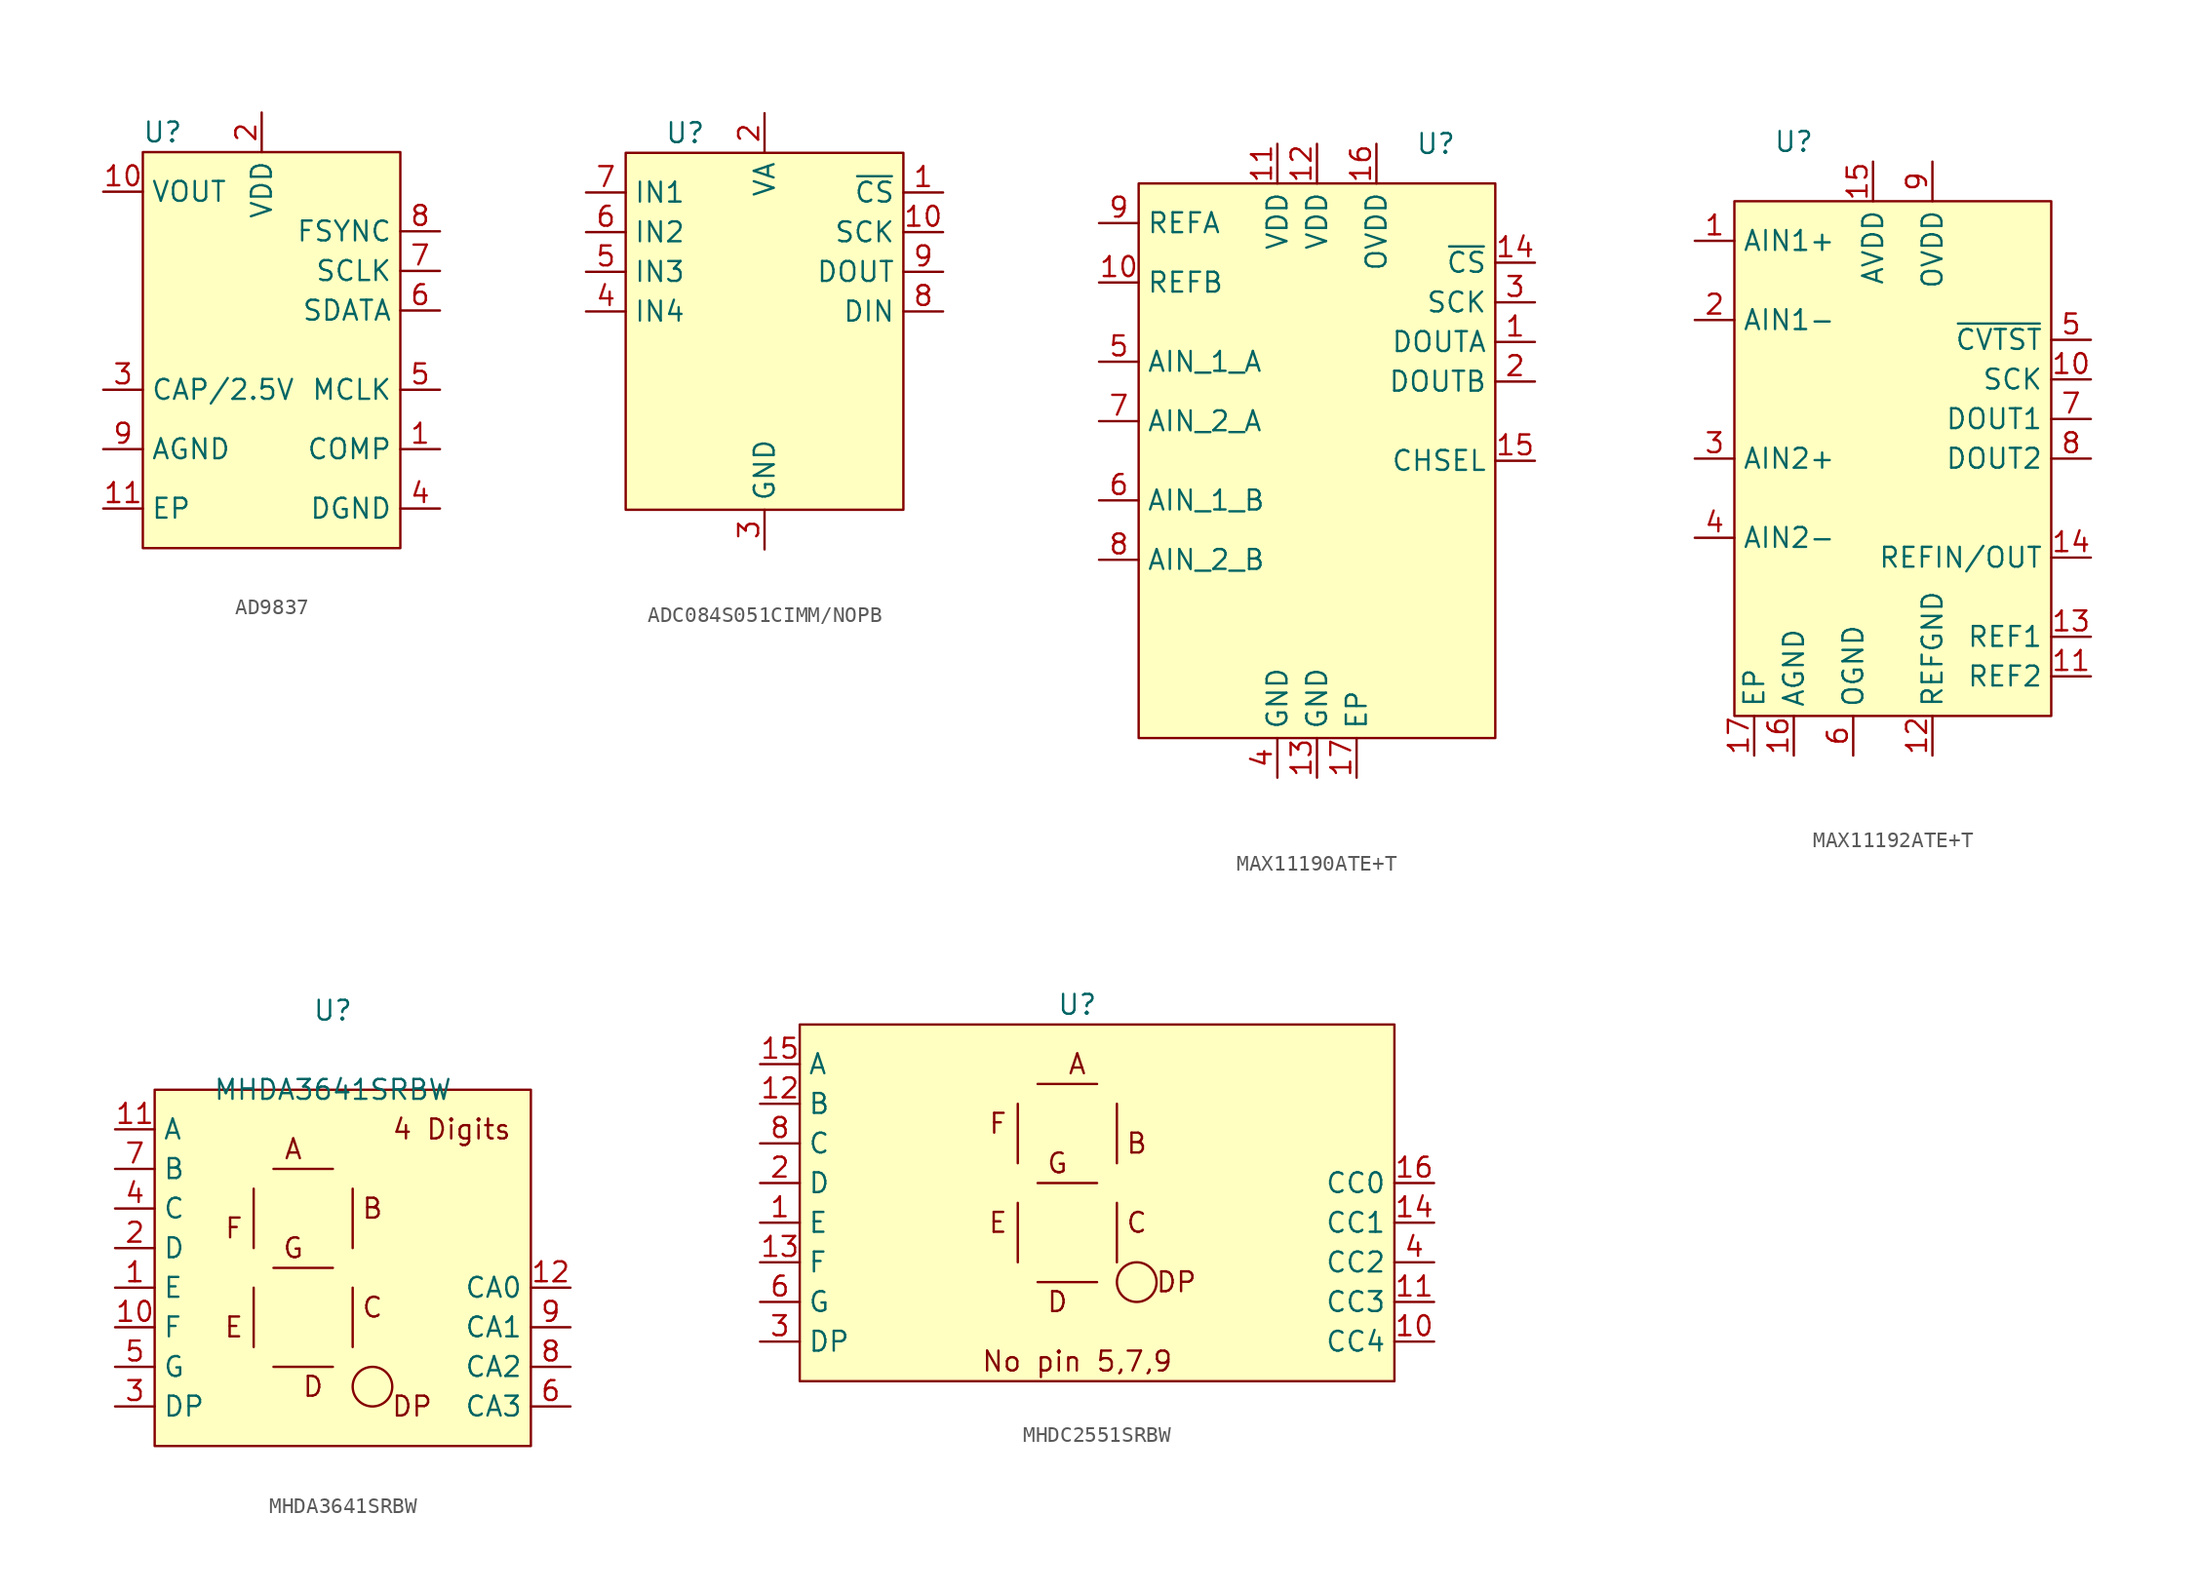
<source format=kicad_sym>
(kicad_symbol_lib
  (version 20220914)
  (generator kicad_symbol_editor)
  (symbol "AD9837"
    (property "Reference" "U"
      (at -11.43 2.54 0)
      (effects (font (size 1.27 1.27))))
    (property "Value" ""
      (at 0 0 0)
      (effects (font (size 1.27 1.27))))
    (symbol "AD9837_1_1"
      (rectangle (start -12.7 1.27) (end 3.81 -24.13) (stroke (width 0) (type default)) (fill (type background)))
      (pin input line (at 6.35 -17.78 180) (length 2.54) (name "COMP" (effects (font (size 1.27 1.27)))) (number "1" (effects (font (size 1.27 1.27)))))
      (pin input line (at -15.24 -1.27 0) (length 2.54) (name "VOUT" (effects (font (size 1.27 1.27)))) (number "10" (effects (font (size 1.27 1.27)))))
      (pin input line (at -15.24 -21.59 0) (length 2.54) (name "EP" (effects (font (size 1.27 1.27)))) (number "11" (effects (font (size 1.27 1.27)))))
      (pin input line (at -5.08 3.81 270) (length 2.54) (name "VDD" (effects (font (size 1.27 1.27)))) (number "2" (effects (font (size 1.27 1.27)))))
      (pin input line (at -15.24 -13.97 0) (length 2.54) (name "CAP/2.5V" (effects (font (size 1.27 1.27)))) (number "3" (effects (font (size 1.27 1.27)))))
      (pin input line (at 6.35 -21.59 180) (length 2.54) (name "DGND" (effects (font (size 1.27 1.27)))) (number "4" (effects (font (size 1.27 1.27)))))
      (pin input line (at 6.35 -13.97 180) (length 2.54) (name "MCLK" (effects (font (size 1.27 1.27)))) (number "5" (effects (font (size 1.27 1.27)))))
      (pin input line (at 6.35 -8.89 180) (length 2.54) (name "SDATA" (effects (font (size 1.27 1.27)))) (number "6" (effects (font (size 1.27 1.27)))))
      (pin input line (at 6.35 -6.35 180) (length 2.54) (name "SCLK" (effects (font (size 1.27 1.27)))) (number "7" (effects (font (size 1.27 1.27)))))
      (pin input line (at 6.35 -3.81 180) (length 2.54) (name "FSYNC" (effects (font (size 1.27 1.27)))) (number "8" (effects (font (size 1.27 1.27)))))
      (pin input line (at -15.24 -17.78 0) (length 2.54) (name "AGND" (effects (font (size 1.27 1.27)))) (number "9" (effects (font (size 1.27 1.27)))))))
  (symbol "ADC084S051CIMM/NOPB"
    (property "Reference" "U"
      (at 0 2.54 0)
      (effects (font (size 1.27 1.27))))
    (property "Value" ""
      (at 0 0 0)
      (effects (font (size 1.27 1.27))))
    (symbol "ADC084S051CIMM/NOPB_1_1"
      (rectangle (start -3.81 1.27) (end 13.97 -21.59) (stroke (width 0) (type default)) (fill (type background)))
      (pin input line (at 16.51 -1.27 180) (length 2.54) (name "~{CS}" (effects (font (size 1.27 1.27)))) (number "1" (effects (font (size 1.27 1.27)))))
      (pin input line (at 16.51 -3.81 180) (length 2.54) (name "SCK" (effects (font (size 1.27 1.27)))) (number "10" (effects (font (size 1.27 1.27)))))
      (pin input line (at 5.08 3.81 270) (length 2.54) (name "VA" (effects (font (size 1.27 1.27)))) (number "2" (effects (font (size 1.27 1.27)))))
      (pin input line (at 5.08 -24.13 90) (length 2.54) (name "GND" (effects (font (size 1.27 1.27)))) (number "3" (effects (font (size 1.27 1.27)))))
      (pin input line (at -6.35 -8.89 0) (length 2.54) (name "IN4" (effects (font (size 1.27 1.27)))) (number "4" (effects (font (size 1.27 1.27)))))
      (pin input line (at -6.35 -6.35 0) (length 2.54) (name "IN3" (effects (font (size 1.27 1.27)))) (number "5" (effects (font (size 1.27 1.27)))))
      (pin input line (at -6.35 -3.81 0) (length 2.54) (name "IN2" (effects (font (size 1.27 1.27)))) (number "6" (effects (font (size 1.27 1.27)))))
      (pin input line (at -6.35 -1.27 0) (length 2.54) (name "IN1" (effects (font (size 1.27 1.27)))) (number "7" (effects (font (size 1.27 1.27)))))
      (pin input line (at 16.51 -8.89 180) (length 2.54) (name "DIN" (effects (font (size 1.27 1.27)))) (number "8" (effects (font (size 1.27 1.27)))))
      (pin input line (at 16.51 -6.35 180) (length 2.54) (name "DOUT" (effects (font (size 1.27 1.27)))) (number "9" (effects (font (size 1.27 1.27)))))))
  (symbol "MAX11190ATE+T"
    (property "Reference" "U"
      (at 0 2.54 0)
      (effects (font (size 1.27 1.27))))
    (property "Value" ""
      (at 0 0 0)
      (effects (font (size 1.27 1.27))))
    (symbol "MAX11190ATE+T_1_1"
      (rectangle (start -19.05 0) (end 3.81 -35.56) (stroke (width 0) (type default)) (fill (type background)))
      (pin input line (at 6.35 -10.16 180) (length 2.54) (name "DOUTA" (effects (font (size 1.27 1.27)))) (number "1" (effects (font (size 1.27 1.27)))))
      (pin input line (at -21.59 -6.35 0) (length 2.54) (name "REFB" (effects (font (size 1.27 1.27)))) (number "10" (effects (font (size 1.27 1.27)))))
      (pin input line (at -10.16 2.54 270) (length 2.54) (name "VDD" (effects (font (size 1.27 1.27)))) (number "11" (effects (font (size 1.27 1.27)))))
      (pin input line (at -7.62 2.54 270) (length 2.54) (name "VDD" (effects (font (size 1.27 1.27)))) (number "12" (effects (font (size 1.27 1.27)))))
      (pin input line (at -7.62 -38.1 90) (length 2.54) (name "GND" (effects (font (size 1.27 1.27)))) (number "13" (effects (font (size 1.27 1.27)))))
      (pin input line (at 6.35 -5.08 180) (length 2.54) (name "~{CS}" (effects (font (size 1.27 1.27)))) (number "14" (effects (font (size 1.27 1.27)))))
      (pin input line (at 6.35 -17.78 180) (length 2.54) (name "CHSEL" (effects (font (size 1.27 1.27)))) (number "15" (effects (font (size 1.27 1.27)))))
      (pin input line (at -3.81 2.54 270) (length 2.54) (name "OVDD" (effects (font (size 1.27 1.27)))) (number "16" (effects (font (size 1.27 1.27)))))
      (pin input line (at -5.08 -38.1 90) (length 2.54) (name "EP" (effects (font (size 1.27 1.27)))) (number "17" (effects (font (size 1.27 1.27)))))
      (pin input line (at 6.35 -12.7 180) (length 2.54) (name "DOUTB" (effects (font (size 1.27 1.27)))) (number "2" (effects (font (size 1.27 1.27)))))
      (pin input line (at 6.35 -7.62 180) (length 2.54) (name "SCK" (effects (font (size 1.27 1.27)))) (number "3" (effects (font (size 1.27 1.27)))))
      (pin input line (at -10.16 -38.1 90) (length 2.54) (name "GND" (effects (font (size 1.27 1.27)))) (number "4" (effects (font (size 1.27 1.27)))))
      (pin input line (at -21.59 -11.43 0) (length 2.54) (name "AIN_1_A" (effects (font (size 1.27 1.27)))) (number "5" (effects (font (size 1.27 1.27)))))
      (pin input line (at -21.59 -20.32 0) (length 2.54) (name "AIN_1_B" (effects (font (size 1.27 1.27)))) (number "6" (effects (font (size 1.27 1.27)))))
      (pin input line (at -21.59 -15.24 0) (length 2.54) (name "AIN_2_A" (effects (font (size 1.27 1.27)))) (number "7" (effects (font (size 1.27 1.27)))))
      (pin input line (at -21.59 -24.13 0) (length 2.54) (name "AIN_2_B" (effects (font (size 1.27 1.27)))) (number "8" (effects (font (size 1.27 1.27)))))
      (pin input line (at -21.59 -2.54 0) (length 2.54) (name "REFA" (effects (font (size 1.27 1.27)))) (number "9" (effects (font (size 1.27 1.27)))))))
  (symbol "MAX11192ATE+T"
    (property "Reference" "U"
      (at 0 3.81 0)
      (effects (font (size 1.27 1.27))))
    (property "Value" ""
      (at 0 0 0)
      (effects (font (size 1.27 1.27))))
    (symbol "MAX11192ATE+T_1_1"
      (rectangle (start -3.81 0) (end 16.51 -33.02) (stroke (width 0) (type default)) (fill (type background)))
      (pin input line (at -6.35 -2.54 0) (length 2.54) (name "AIN1+" (effects (font (size 1.27 1.27)))) (number "1" (effects (font (size 1.27 1.27)))))
      (pin input line (at 19.05 -11.43 180) (length 2.54) (name "SCK" (effects (font (size 1.27 1.27)))) (number "10" (effects (font (size 1.27 1.27)))))
      (pin input line (at 19.05 -30.48 180) (length 2.54) (name "REF2" (effects (font (size 1.27 1.27)))) (number "11" (effects (font (size 1.27 1.27)))))
      (pin input line (at 8.89 -35.56 90) (length 2.54) (name "REFGND" (effects (font (size 1.27 1.27)))) (number "12" (effects (font (size 1.27 1.27)))))
      (pin input line (at 19.05 -27.94 180) (length 2.54) (name "REF1" (effects (font (size 1.27 1.27)))) (number "13" (effects (font (size 1.27 1.27)))))
      (pin input line (at 19.05 -22.86 180) (length 2.54) (name "REFIN/OUT" (effects (font (size 1.27 1.27)))) (number "14" (effects (font (size 1.27 1.27)))))
      (pin input line (at 5.08 2.54 270) (length 2.54) (name "AVDD" (effects (font (size 1.27 1.27)))) (number "15" (effects (font (size 1.27 1.27)))))
      (pin input line (at 0 -35.56 90) (length 2.54) (name "AGND" (effects (font (size 1.27 1.27)))) (number "16" (effects (font (size 1.27 1.27)))))
      (pin input line (at -2.54 -35.56 90) (length 2.54) (name "EP" (effects (font (size 1.27 1.27)))) (number "17" (effects (font (size 1.27 1.27)))))
      (pin input line (at -6.35 -7.62 0) (length 2.54) (name "AIN1-" (effects (font (size 1.27 1.27)))) (number "2" (effects (font (size 1.27 1.27)))))
      (pin input line (at -6.35 -16.51 0) (length 2.54) (name "AIN2+" (effects (font (size 1.27 1.27)))) (number "3" (effects (font (size 1.27 1.27)))))
      (pin input line (at -6.35 -21.59 0) (length 2.54) (name "AIN2-" (effects (font (size 1.27 1.27)))) (number "4" (effects (font (size 1.27 1.27)))))
      (pin input line (at 19.05 -8.89 180) (length 2.54) (name "~{CVTST}" (effects (font (size 1.27 1.27)))) (number "5" (effects (font (size 1.27 1.27)))))
      (pin input line (at 3.81 -35.56 90) (length 2.54) (name "OGND" (effects (font (size 1.27 1.27)))) (number "6" (effects (font (size 1.27 1.27)))))
      (pin input line (at 19.05 -13.97 180) (length 2.54) (name "DOUT1" (effects (font (size 1.27 1.27)))) (number "7" (effects (font (size 1.27 1.27)))))
      (pin input line (at 19.05 -16.51 180) (length 2.54) (name "DOUT2" (effects (font (size 1.27 1.27)))) (number "8" (effects (font (size 1.27 1.27)))))
      (pin input line (at 8.89 2.54 270) (length 2.54) (name "OVDD" (effects (font (size 1.27 1.27)))) (number "9" (effects (font (size 1.27 1.27)))))))
  (symbol "MHDA3641SRBW"
    (property "Reference" "U"
      (at 0 5.08 0)
      (effects (font (size 1.27 1.27))))
    (property "Value" "MHDA3641SRBW"
      (at 0 0 0)
      (effects (font (size 1.27 1.27))))
    (symbol "MHDA3641SRBW_1_1"
      (rectangle (start -11.43 0) (end 12.7 -22.86) (stroke (width 0) (type default)) (fill (type background)))
      (polyline (pts (xy -5.08 -12.7) (xy -5.08 -16.51)) (stroke (width 0) (type default)) (fill (type none)))
      (polyline (pts (xy -5.08 -10.16) (xy -5.08 -6.35)) (stroke (width 0) (type default)) (fill (type none)))
      (polyline (pts (xy -3.81 -17.78) (xy 0 -17.78)) (stroke (width 0) (type default)) (fill (type none)))
      (polyline (pts (xy -3.81 -5.08) (xy 0 -5.08)) (stroke (width 0) (type default)) (fill (type none)))
      (polyline (pts (xy 0 -11.43) (xy -3.81 -11.43)) (stroke (width 0) (type default)) (fill (type none)))
      (polyline (pts (xy 1.27 -16.51) (xy 1.27 -12.7)) (stroke (width 0) (type default)) (fill (type none)))
      (polyline (pts (xy 1.27 -6.35) (xy 1.27 -10.16)) (stroke (width 0) (type default)) (fill (type none)))
      (circle (center 2.54 -19.05) (radius 1.27) (stroke (width 0) (type default)) (fill (type none)))
      (text "4 Digits" (at 7.62 -2.54 0) (effects (font (size 1.27 1.27))))
      (text "A" (at -2.54 -3.81 0) (effects (font (size 1.27 1.27))))
      (text "B" (at 2.54 -7.62 0) (effects (font (size 1.27 1.27))))
      (text "C" (at 2.54 -13.97 0) (effects (font (size 1.27 1.27))))
      (text "D" (at -1.27 -19.05 0) (effects (font (size 1.27 1.27))))
      (text "DP" (at 5.08 -20.32 0) (effects (font (size 1.27 1.27))))
      (text "E" (at -6.35 -15.24 0) (effects (font (size 1.27 1.27))))
      (text "F" (at -6.35 -8.89 0) (effects (font (size 1.27 1.27))))
      (text "G" (at -2.54 -10.16 0) (effects (font (size 1.27 1.27))))
      (pin input line (at -13.97 -12.7 0) (length 2.54) (name "E" (effects (font (size 1.27 1.27)))) (number "1" (effects (font (size 1.27 1.27)))))
      (pin input line (at -13.97 -15.24 0) (length 2.54) (name "F" (effects (font (size 1.27 1.27)))) (number "10" (effects (font (size 1.27 1.27)))))
      (pin input line (at -13.97 -2.54 0) (length 2.54) (name "A" (effects (font (size 1.27 1.27)))) (number "11" (effects (font (size 1.27 1.27)))))
      (pin input line (at 15.24 -12.7 180) (length 2.54) (name "CA0" (effects (font (size 1.27 1.27)))) (number "12" (effects (font (size 1.27 1.27)))))
      (pin input line (at -13.97 -10.16 0) (length 2.54) (name "D" (effects (font (size 1.27 1.27)))) (number "2" (effects (font (size 1.27 1.27)))))
      (pin input line (at -13.97 -20.32 0) (length 2.54) (name "DP" (effects (font (size 1.27 1.27)))) (number "3" (effects (font (size 1.27 1.27)))))
      (pin input line (at -13.97 -7.62 0) (length 2.54) (name "C" (effects (font (size 1.27 1.27)))) (number "4" (effects (font (size 1.27 1.27)))))
      (pin input line (at -13.97 -17.78 0) (length 2.54) (name "G" (effects (font (size 1.27 1.27)))) (number "5" (effects (font (size 1.27 1.27)))))
      (pin input line (at 15.24 -20.32 180) (length 2.54) (name "CA3" (effects (font (size 1.27 1.27)))) (number "6" (effects (font (size 1.27 1.27)))))
      (pin input line (at -13.97 -5.08 0) (length 2.54) (name "B" (effects (font (size 1.27 1.27)))) (number "7" (effects (font (size 1.27 1.27)))))
      (pin input line (at 15.24 -17.78 180) (length 2.54) (name "CA2" (effects (font (size 1.27 1.27)))) (number "8" (effects (font (size 1.27 1.27)))))
      (pin input line (at 15.24 -15.24 180) (length 2.54) (name "CA1" (effects (font (size 1.27 1.27)))) (number "9" (effects (font (size 1.27 1.27)))))))
  (symbol "MHDC2551SRBW"
    (property "Reference" "U"
      (at 0 5.08 0)
      (effects (font (size 1.27 1.27))))
    (property "Value" ""
      (at 0 0 0)
      (effects (font (size 1.27 1.27))))
    (symbol "MHDC2551SRBW_1_1"
      (rectangle (start -17.78 3.81) (end 20.32 -19.05) (stroke (width 0) (type default)) (fill (type background)))
      (polyline (pts (xy -3.81 -7.62) (xy -3.81 -11.43)) (stroke (width 0) (type default)) (fill (type none)))
      (polyline (pts (xy -3.81 -5.08) (xy -3.81 -1.27)) (stroke (width 0) (type default)) (fill (type none)))
      (polyline (pts (xy -2.54 0) (xy 1.27 0)) (stroke (width 0) (type default)) (fill (type none)))
      (polyline (pts (xy 1.27 -12.7) (xy -2.54 -12.7)) (stroke (width 0) (type default)) (fill (type none)))
      (polyline (pts (xy 1.27 -6.35) (xy -2.54 -6.35)) (stroke (width 0) (type default)) (fill (type none)))
      (polyline (pts (xy 2.54 -7.62) (xy 2.54 -11.43)) (stroke (width 0) (type default)) (fill (type none)))
      (polyline (pts (xy 2.54 -1.27) (xy 2.54 -5.08)) (stroke (width 0) (type default)) (fill (type none)))
      (circle (center 3.81 -12.7) (radius 1.27) (stroke (width 0) (type default)) (fill (type none)))
      (text "A" (at 0 1.27 0) (effects (font (size 1.27 1.27))))
      (text "B" (at 3.81 -3.81 0) (effects (font (size 1.27 1.27))))
      (text "C" (at 3.81 -8.89 0) (effects (font (size 1.27 1.27))))
      (text "D" (at -1.27 -13.97 0) (effects (font (size 1.27 1.27))))
      (text "DP" (at 6.35 -12.7 0) (effects (font (size 1.27 1.27))))
      (text "E" (at -5.08 -8.89 0) (effects (font (size 1.27 1.27))))
      (text "F" (at -5.08 -2.54 0) (effects (font (size 1.27 1.27))))
      (text "G" (at -1.27 -5.08 0) (effects (font (size 1.27 1.27))))
      (text "No pin 5,7,9" (at 0 -17.78 0) (effects (font (size 1.27 1.27))))
      (pin input line (at -20.32 -8.89 0) (length 2.54) (name "E" (effects (font (size 1.27 1.27)))) (number "1" (effects (font (size 1.27 1.27)))))
      (pin input line (at 22.86 -16.51 180) (length 2.54) (name "CC4" (effects (font (size 1.27 1.27)))) (number "10" (effects (font (size 1.27 1.27)))))
      (pin input line (at 22.86 -13.97 180) (length 2.54) (name "CC3" (effects (font (size 1.27 1.27)))) (number "11" (effects (font (size 1.27 1.27)))))
      (pin input line (at -20.32 -1.27 0) (length 2.54) (name "B" (effects (font (size 1.27 1.27)))) (number "12" (effects (font (size 1.27 1.27)))))
      (pin input line (at -20.32 -11.43 0) (length 2.54) (name "F" (effects (font (size 1.27 1.27)))) (number "13" (effects (font (size 1.27 1.27)))))
      (pin input line (at 22.86 -8.89 180) (length 2.54) (name "CC1" (effects (font (size 1.27 1.27)))) (number "14" (effects (font (size 1.27 1.27)))))
      (pin input line (at -20.32 1.27 0) (length 2.54) (name "A" (effects (font (size 1.27 1.27)))) (number "15" (effects (font (size 1.27 1.27)))))
      (pin input line (at 22.86 -6.35 180) (length 2.54) (name "CC0" (effects (font (size 1.27 1.27)))) (number "16" (effects (font (size 1.27 1.27)))))
      (pin input line (at -20.32 -6.35 0) (length 2.54) (name "D" (effects (font (size 1.27 1.27)))) (number "2" (effects (font (size 1.27 1.27)))))
      (pin input line (at -20.32 -16.51 0) (length 2.54) (name "DP" (effects (font (size 1.27 1.27)))) (number "3" (effects (font (size 1.27 1.27)))))
      (pin input line (at 22.86 -11.43 180) (length 2.54) (name "CC2" (effects (font (size 1.27 1.27)))) (number "4" (effects (font (size 1.27 1.27)))))
      (pin input line (at -20.32 -13.97 0) (length 2.54) (name "G" (effects (font (size 1.27 1.27)))) (number "6" (effects (font (size 1.27 1.27)))))
      (pin input line (at -20.32 -3.81 0) (length 2.54) (name "C" (effects (font (size 1.27 1.27)))) (number "8" (effects (font (size 1.27 1.27))))))))
</source>
